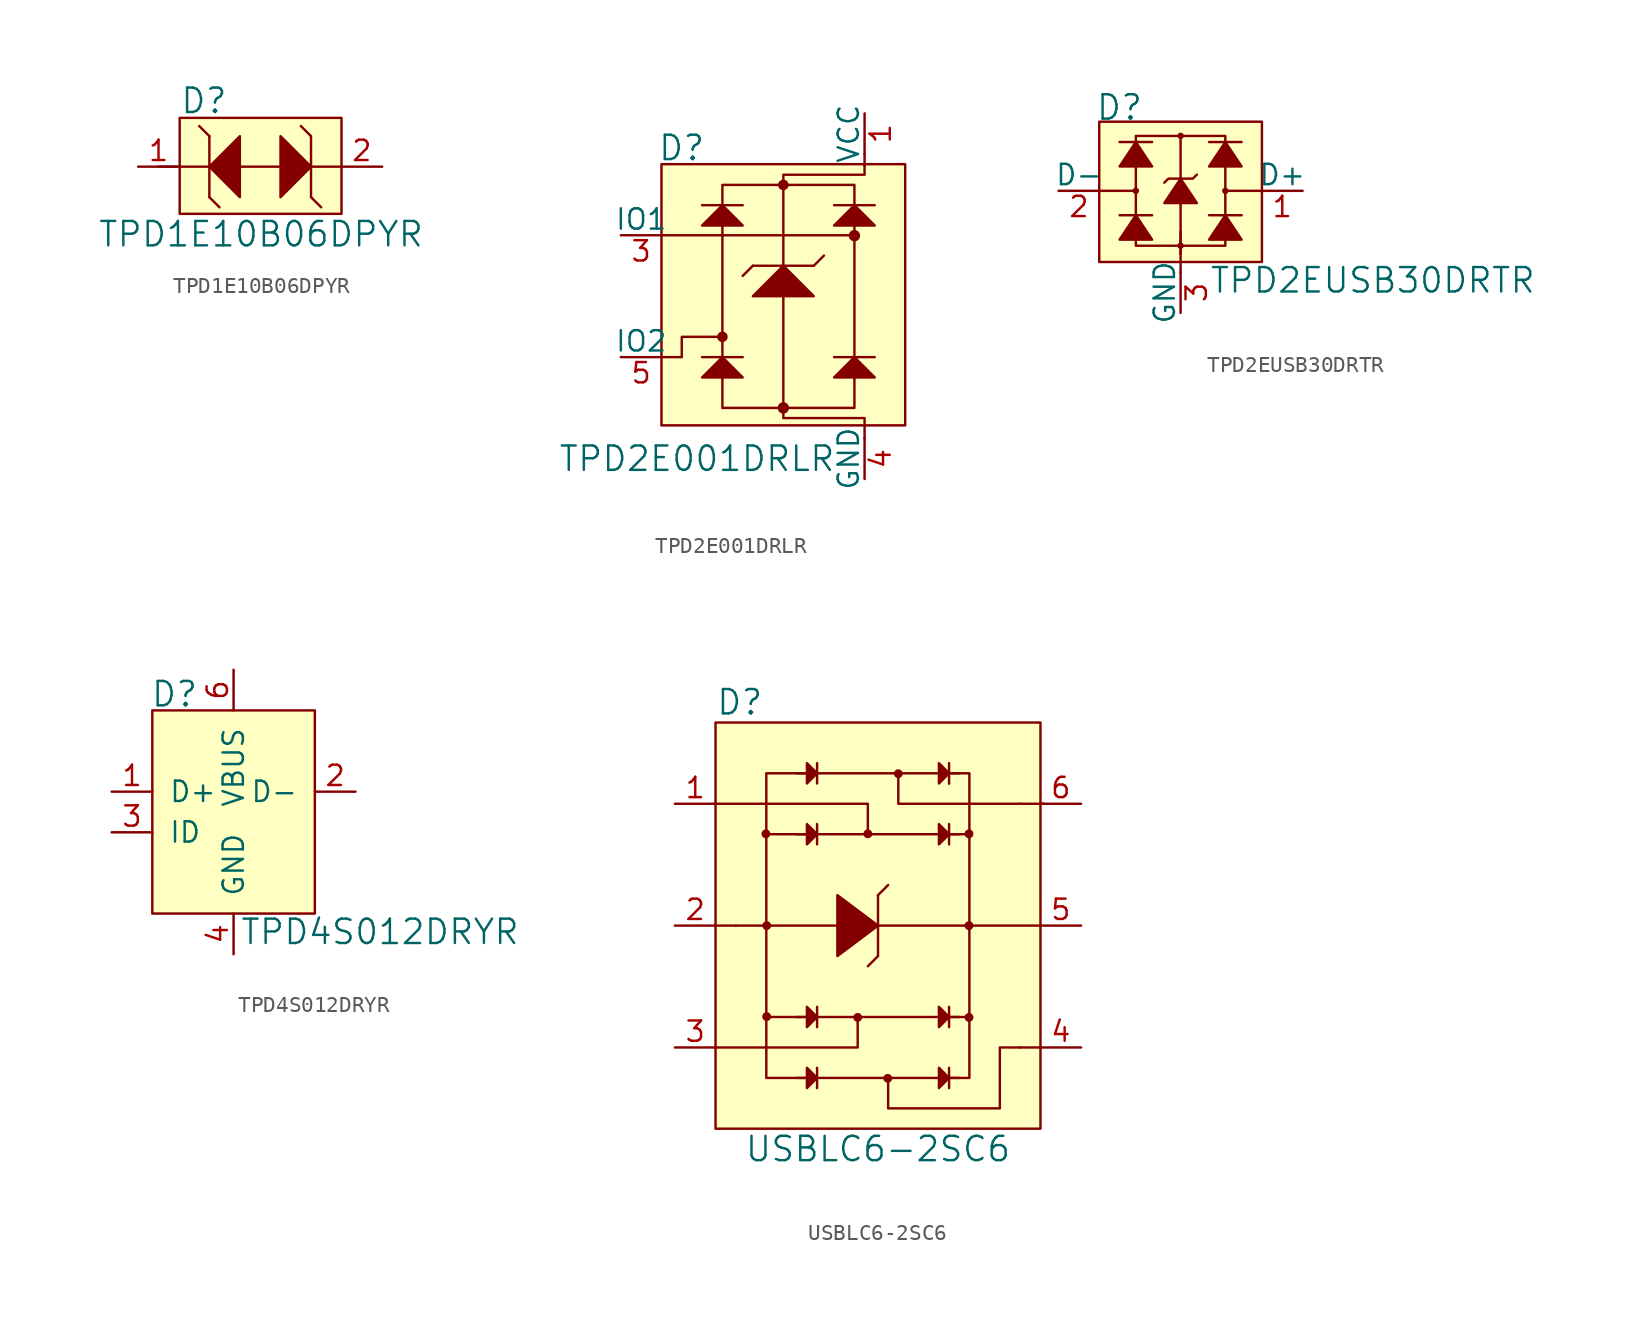
<source format=kicad_sym>
(kicad_symbol_lib
  (version 20220914)
  (generator kicad_symbol_editor)
  (symbol "TPD1E10B06DPYR"
    (pin_names
      (offset 1.016))
    (property "Reference" "D"
      (at -5.029 4.115 0)
      (effects (font (size 1.524 1.524)) (justify left)))
    (property "Value" "TPD1E10B06DPYR"
      (at 0.051 -4.216 0)
      (effects (font (size 1.524 1.524))))
    (symbol "TPD1E10B06DPYR_0_1"
      (rectangle (start -5.029 3.048) (end 5.08 -2.946) (stroke (width 0) (type solid)) (fill (type background)))
      (polyline (pts (xy -3.175 -1.905) (xy -2.54 -2.54)) (stroke (width 0) (type solid)) (fill (type none)))
      (polyline (pts (xy -3.175 0) (xy -6.35 0)) (stroke (width 0) (type solid)) (fill (type none)))
      (polyline (pts (xy -3.175 1.905) (xy -3.81 2.54)) (stroke (width 0) (type solid)) (fill (type none)))
      (polyline (pts (xy -3.175 1.905) (xy -3.175 -1.905)) (stroke (width 0) (type solid)) (fill (type none)))
      (polyline (pts (xy 2.54 0) (xy -2.54 0)) (stroke (width 0) (type solid)) (fill (type none)))
      (polyline (pts (xy 2.54 0) (xy 5.08 0)) (stroke (width 0) (type solid)) (fill (type none)))
      (polyline (pts (xy 3.175 -1.905) (xy 3.81 -2.54)) (stroke (width 0) (type solid)) (fill (type none)))
      (polyline (pts (xy 3.175 1.905) (xy 2.54 2.54)) (stroke (width 0) (type solid)) (fill (type none)))
      (polyline (pts (xy 3.175 1.905) (xy 3.175 -1.905)) (stroke (width 0) (type solid)) (fill (type none)))
      (polyline (pts (xy -1.27 -1.905) (xy -1.27 1.905) (xy -3.175 0) (xy -1.27 -1.905)) (stroke (width 0) (type solid)) (fill (type outline)))
      (polyline (pts (xy 1.27 1.905) (xy 1.27 -1.905) (xy 3.175 0) (xy 1.27 1.905)) (stroke (width 0) (type solid)) (fill (type outline))))
    (symbol "TPD1E10B06DPYR_1_1"
      (pin passive line (at -7.62 0 0) (length 2.54) (name "~" (effects (font (size 1.27 1.27)))) (number "1" (effects (font (size 1.27 1.27)))))
      (pin passive line (at 7.62 0 180) (length 2.54) (name "~" (effects (font (size 1.27 1.27)))) (number "2" (effects (font (size 1.27 1.27)))))))
  (symbol "TPD2E001DRLR"
    (pin_names
      (offset 0))
    (property "Reference" "D"
      (at -7.874 8.001 0)
      (effects (font (size 1.524 1.524)) (justify left)))
    (property "Value" "TPD2E001DRLR"
      (at 3.302 -11.43 0)
      (effects (font (size 1.524 1.524)) (justify right)))
    (symbol "TPD2E001DRLR_0_1"
      (rectangle (start -7.62 6.985) (end 7.62 -9.347) (stroke (width 0) (type solid)) (fill (type background)))
      (circle (center -3.81 -3.81) (radius 0.254) (stroke (width 0) (type solid)) (fill (type outline)))
      (circle (center 0 -8.255) (radius 0.279) (stroke (width 0) (type solid)) (fill (type outline)))
      (polyline (pts (xy -5.08 -5.08) (xy -2.54 -5.08)) (stroke (width 0) (type solid)) (fill (type none)))
      (polyline (pts (xy -5.08 4.42) (xy -2.54 4.42)) (stroke (width 0) (type solid)) (fill (type none)))
      (polyline (pts (xy -3.81 -5.74) (xy -3.81 3.15)) (stroke (width 0) (type solid)) (fill (type none)))
      (polyline (pts (xy -1.905 0.635) (xy -2.54 0)) (stroke (width 0) (type solid)) (fill (type none)))
      (polyline (pts (xy -1.905 0.635) (xy 1.905 0.635)) (stroke (width 0) (type solid)) (fill (type none)))
      (polyline (pts (xy 0 -8.255) (xy 0 -1.27)) (stroke (width 0) (type solid)) (fill (type none)))
      (polyline (pts (xy 0 -0.025) (xy 0 5.69)) (stroke (width 0) (type solid)) (fill (type none)))
      (polyline (pts (xy 1.905 0.635) (xy 2.54 1.27)) (stroke (width 0) (type solid)) (fill (type none)))
      (polyline (pts (xy 3.175 -5.08) (xy 5.715 -5.08)) (stroke (width 0) (type solid)) (fill (type none)))
      (polyline (pts (xy 3.175 4.42) (xy 5.715 4.42)) (stroke (width 0) (type solid)) (fill (type none)))
      (polyline (pts (xy 4.445 -5.74) (xy 4.445 3.15)) (stroke (width 0) (type solid)) (fill (type none)))
      (polyline (pts (xy 4.445 2.54) (xy -7.62 2.54)) (stroke (width 0) (type solid)) (fill (type none)))
      (polyline (pts (xy 5.08 7.62) (xy 5.08 6.858)) (stroke (width 0) (type solid)) (fill (type none)))
      (polyline (pts (xy -5.08 -6.35) (xy -2.54 -6.35) (xy -3.81 -5.08) (xy -5.08 -6.35)) (stroke (width 0) (type solid)) (fill (type outline)))
      (polyline (pts (xy -5.08 3.15) (xy -2.54 3.15) (xy -3.81 4.42) (xy -5.08 3.15)) (stroke (width 0) (type solid)) (fill (type outline)))
      (polyline (pts (xy -3.81 -3.81) (xy -6.35 -3.81) (xy -6.35 -5.08) (xy -7.62 -5.08)) (stroke (width 0) (type solid)) (fill (type none)))
      (polyline (pts (xy -1.905 -1.27) (xy 1.905 -1.27) (xy 0 0.635) (xy -1.905 -1.27)) (stroke (width 0) (type solid)) (fill (type outline)))
      (polyline (pts (xy 0 -8.255) (xy 0 -8.89) (xy 5.08 -8.89) (xy 5.08 -10.16)) (stroke (width 0) (type solid)) (fill (type none)))
      (polyline (pts (xy 0 5.69) (xy 0 6.325) (xy 5.08 6.325) (xy 5.08 6.96)) (stroke (width 0) (type solid)) (fill (type none)))
      (polyline (pts (xy 3.175 -6.35) (xy 5.715 -6.35) (xy 4.445 -5.08) (xy 3.175 -6.35)) (stroke (width 0) (type solid)) (fill (type outline)))
      (polyline (pts (xy 3.175 3.15) (xy 5.715 3.15) (xy 4.445 4.42) (xy 3.175 3.15)) (stroke (width 0) (type solid)) (fill (type outline)))
      (polyline (pts (xy 4.445 -6.35) (xy 4.445 -8.255) (xy -3.81 -8.255) (xy -3.81 -6.35)) (stroke (width 0) (type solid)) (fill (type none)))
      (polyline (pts (xy 4.445 4.42) (xy 4.445 5.69) (xy -3.81 5.69) (xy -3.81 4.42)) (stroke (width 0) (type solid)) (fill (type none)))
      (circle (center 0 5.69) (radius 0.254) (stroke (width 0) (type solid)) (fill (type outline)))
      (circle (center 4.445 2.515) (radius 0.279) (stroke (width 0) (type solid)) (fill (type outline))))
    (symbol "TPD2E001DRLR_1_1"
      (pin power_in line (at 5.08 10.16 270) (length 2.54) (name "VCC" (effects (font (size 1.27 1.27)))) (number "1" (effects (font (size 1.27 1.27)))))
      (pin bidirectional line (at -2.54 -10.16 90) (length 2.54) hide (name "N.C." (effects (font (size 1.27 1.27)))) (number "2" (effects (font (size 1.27 1.27)))))
      (pin passive line (at -10.16 2.54 0) (length 2.54) (name "IO1" (effects (font (size 1.27 1.27)))) (number "3" (effects (font (size 1.27 1.27)))))
      (pin power_in line (at 5.08 -12.7 90) (length 2.54) (name "GND" (effects (font (size 1.27 1.27)))) (number "4" (effects (font (size 1.27 1.27)))))
      (pin passive line (at -10.16 -5.08 0) (length 2.54) (name "IO2" (effects (font (size 1.27 1.27)))) (number "5" (effects (font (size 1.27 1.27)))))))
  (symbol "TPD2EUSB30DRTR"
    (pin_names
      (offset 0))
    (property "Reference" "D"
      (at -5.334 5.207 0)
      (effects (font (size 1.524 1.524)) (justify left)))
    (property "Value" "TPD2EUSB30DRTR"
      (at 1.778 -5.588 0)
      (effects (font (size 1.524 1.524)) (justify left)))
    (symbol "TPD2EUSB30DRTR_1_1"
      (rectangle (start -5.08 4.318) (end 5.08 -4.445) (stroke (width 0) (type solid)) (fill (type background)))
      (circle (center -2.794 0) (radius 0.127) (stroke (width 0) (type solid)) (fill (type none)))
      (circle (center 0 -3.429) (radius 0.127) (stroke (width 0) (type solid)) (fill (type none)))
      (polyline (pts (xy -5.08 0) (xy -2.794 0)) (stroke (width 0) (type solid)) (fill (type none)))
      (polyline (pts (xy -2.794 -1.524) (xy -3.81 -1.524)) (stroke (width 0) (type solid)) (fill (type none)))
      (polyline (pts (xy -2.794 -1.524) (xy -1.778 -1.524)) (stroke (width 0) (type solid)) (fill (type none)))
      (polyline (pts (xy -2.794 3.048) (xy -3.81 3.048)) (stroke (width 0) (type solid)) (fill (type none)))
      (polyline (pts (xy -2.794 3.048) (xy -1.778 3.048)) (stroke (width 0) (type solid)) (fill (type none)))
      (polyline (pts (xy 0 -5.08) (xy 0 -2.54)) (stroke (width 0) (type solid)) (fill (type none)))
      (polyline (pts (xy 0 -0.762) (xy 0 -3.937)) (stroke (width 0) (type solid)) (fill (type none)))
      (polyline (pts (xy 0 0.762) (xy 0 3.429)) (stroke (width 0) (type solid)) (fill (type none)))
      (polyline (pts (xy 2.794 -1.524) (xy 1.778 -1.524)) (stroke (width 0) (type solid)) (fill (type none)))
      (polyline (pts (xy 2.794 -1.524) (xy 3.81 -1.524)) (stroke (width 0) (type solid)) (fill (type none)))
      (polyline (pts (xy 2.794 3.048) (xy 1.778 3.048)) (stroke (width 0) (type solid)) (fill (type none)))
      (polyline (pts (xy 2.794 3.048) (xy 3.81 3.048)) (stroke (width 0) (type solid)) (fill (type none)))
      (polyline (pts (xy 5.08 0) (xy 2.794 0)) (stroke (width 0) (type solid)) (fill (type none)))
      (polyline (pts (xy 0 0.762) (xy -0.762 0.762) (xy -1.016 0.508)) (stroke (width 0) (type solid)) (fill (type none)))
      (polyline (pts (xy 0 0.762) (xy 0.762 0.762) (xy 1.016 1.016)) (stroke (width 0) (type solid)) (fill (type none)))
      (polyline (pts (xy -2.794 -1.524) (xy -3.81 -3.048) (xy -1.778 -3.048) (xy -2.794 -1.524)) (stroke (width 0) (type solid)) (fill (type outline)))
      (polyline (pts (xy -2.794 3.048) (xy -3.81 1.524) (xy -1.778 1.524) (xy -2.794 3.048)) (stroke (width 0) (type solid)) (fill (type outline)))
      (polyline (pts (xy -2.794 3.048) (xy -2.794 3.429) (xy 2.794 3.429) (xy 2.794 3.048)) (stroke (width 0) (type solid)) (fill (type none)))
      (polyline (pts (xy 0 0.762) (xy -1.016 -0.762) (xy 1.016 -0.762) (xy 0 0.762)) (stroke (width 0) (type solid)) (fill (type outline)))
      (polyline (pts (xy 2.794 -1.524) (xy 1.778 -3.048) (xy 3.81 -3.048) (xy 2.794 -1.524)) (stroke (width 0) (type solid)) (fill (type outline)))
      (polyline (pts (xy 2.794 3.048) (xy 1.778 1.524) (xy 3.81 1.524) (xy 2.794 3.048)) (stroke (width 0) (type solid)) (fill (type outline)))
      (polyline (pts (xy 2.794 3.048) (xy 2.794 -3.429) (xy -2.794 -3.429) (xy -2.794 3.048)) (stroke (width 0) (type solid)) (fill (type none)))
      (circle (center 0 3.429) (radius 0.127) (stroke (width 0) (type solid)) (fill (type none)))
      (circle (center 2.794 0) (radius 0.127) (stroke (width 0) (type solid)) (fill (type none)))
      (pin passive line (at 7.62 0 180) (length 2.54) (name "D+" (effects (font (size 1.27 1.27)))) (number "1" (effects (font (size 1.27 1.27)))))
      (pin passive line (at -7.62 0 0) (length 2.54) (name "D-" (effects (font (size 1.27 1.27)))) (number "2" (effects (font (size 1.27 1.27)))))
      (pin power_in line (at 0 -7.62 90) (length 2.54) (name "GND" (effects (font (size 1.27 1.27)))) (number "3" (effects (font (size 1.27 1.27)))))))
  (symbol "TPD4S012DRYR"
    (pin_names
      (offset 1.016))
    (property "Reference" "D"
      (at -5.207 1.016 0)
      (effects (font (size 1.524 1.524)) (justify left)))
    (property "Value" "TPD4S012DRYR"
      (at 0.381 -13.843 0)
      (effects (font (size 1.524 1.524)) (justify left)))
    (symbol "TPD4S012DRYR_0_1"
      (rectangle (start -5.08 0) (end 5.08 -12.7) (stroke (width 0) (type solid)) (fill (type background))))
    (symbol "TPD4S012DRYR_1_1"
      (pin input line (at -7.62 -5.08 0) (length 2.54) (name "D+" (effects (font (size 1.27 1.27)))) (number "1" (effects (font (size 1.27 1.27)))))
      (pin output line (at 7.62 -5.08 180) (length 2.54) (name "D-" (effects (font (size 1.27 1.27)))) (number "2" (effects (font (size 1.27 1.27)))))
      (pin input line (at -7.62 -7.62 0) (length 2.54) (name "ID" (effects (font (size 1.27 1.27)))) (number "3" (effects (font (size 1.27 1.27)))))
      (pin power_in line (at 0 -15.24 90) (length 2.54) (name "GND" (effects (font (size 1.27 1.27)))) (number "4" (effects (font (size 1.27 1.27)))))
      (pin no_connect line (at 5.08 -7.62 180) (length 2.54) hide (name "NC" (effects (font (size 1.27 1.27)))) (number "5" (effects (font (size 1.27 1.27)))))
      (pin power_in line (at 0 2.54 270) (length 2.54) (name "VBUS" (effects (font (size 1.27 1.27)))) (number "6" (effects (font (size 1.27 1.27)))))))
  (symbol "USBLC6-2SC6"
    (pin_names
      (offset 1.016))
    (property "Reference" "D"
      (at -10.16 13.97 0)
      (effects (font (size 1.524 1.524)) (justify left)))
    (property "Value" "USBLC6-2SC6"
      (at 0 -13.97 0)
      (effects (font (size 1.524 1.524))))
    (symbol "USBLC6-2SC6_0_1"
      (rectangle (start -10.16 12.7) (end 10.16 -12.7) (stroke (width 0) (type solid)) (fill (type background)))
      (circle (center -7.01 5.74) (radius 0.203) (stroke (width 0) (type solid)) (fill (type outline)))
      (circle (center -6.96 -5.69) (radius 0.203) (stroke (width 0) (type solid)) (fill (type outline)))
      (circle (center -6.96 0) (radius 0.203) (stroke (width 0) (type solid)) (fill (type outline)))
      (circle (center -1.27 -5.74) (radius 0.203) (stroke (width 0) (type solid)) (fill (type outline)))
      (circle (center -0.635 5.74) (radius 0.203) (stroke (width 0) (type solid)) (fill (type outline)))
      (polyline (pts (xy -8.89 0) (xy -10.16 0)) (stroke (width 0) (type solid)) (fill (type none)))
      (polyline (pts (xy -5.08 -9.525) (xy 5.08 -9.525)) (stroke (width 0) (type solid)) (fill (type none)))
      (polyline (pts (xy -5.08 -5.715) (xy 5.08 -5.715)) (stroke (width 0) (type solid)) (fill (type none)))
      (polyline (pts (xy -5.08 5.715) (xy 5.08 5.715)) (stroke (width 0) (type solid)) (fill (type none)))
      (polyline (pts (xy -5.08 9.525) (xy 5.08 9.525)) (stroke (width 0) (type solid)) (fill (type none)))
      (polyline (pts (xy -4.445 -5.715) (xy -6.985 -5.715)) (stroke (width 0) (type solid)) (fill (type none)))
      (polyline (pts (xy -4.445 5.715) (xy -6.985 5.715)) (stroke (width 0) (type solid)) (fill (type none)))
      (polyline (pts (xy -3.81 -8.89) (xy -3.81 -10.16)) (stroke (width 0) (type solid)) (fill (type none)))
      (polyline (pts (xy -3.81 -5.08) (xy -3.81 -6.35)) (stroke (width 0) (type solid)) (fill (type none)))
      (polyline (pts (xy -3.81 6.35) (xy -3.81 5.08)) (stroke (width 0) (type solid)) (fill (type none)))
      (polyline (pts (xy -3.81 10.16) (xy -3.81 8.89)) (stroke (width 0) (type solid)) (fill (type none)))
      (polyline (pts (xy 0 -1.905) (xy -0.635 -2.54)) (stroke (width 0) (type solid)) (fill (type none)))
      (polyline (pts (xy 0 1.905) (xy 0 -1.905)) (stroke (width 0) (type solid)) (fill (type none)))
      (polyline (pts (xy 0 1.905) (xy 0.635 2.54)) (stroke (width 0) (type solid)) (fill (type none)))
      (polyline (pts (xy 4.445 -8.89) (xy 4.445 -10.16)) (stroke (width 0) (type solid)) (fill (type none)))
      (polyline (pts (xy 4.445 -5.715) (xy 5.715 -5.715)) (stroke (width 0) (type solid)) (fill (type none)))
      (polyline (pts (xy 4.445 -5.08) (xy 4.445 -6.35)) (stroke (width 0) (type solid)) (fill (type none)))
      (polyline (pts (xy 4.445 5.715) (xy 5.715 5.715)) (stroke (width 0) (type solid)) (fill (type none)))
      (polyline (pts (xy 4.445 6.35) (xy 4.445 5.08)) (stroke (width 0) (type solid)) (fill (type none)))
      (polyline (pts (xy 4.445 8.89) (xy 4.445 8.89)) (stroke (width 0) (type solid)) (fill (type none)))
      (polyline (pts (xy 4.445 10.16) (xy 4.445 8.89)) (stroke (width 0) (type solid)) (fill (type none)))
      (polyline (pts (xy 5.588 0) (xy 10.16 0)) (stroke (width 0) (type solid)) (fill (type none)))
      (polyline (pts (xy 5.715 0) (xy 0 0)) (stroke (width 0) (type solid)) (fill (type none)))
      (polyline (pts (xy 5.715 5.715) (xy 5.715 5.715)) (stroke (width 0) (type solid)) (fill (type none)))
      (polyline (pts (xy 8.89 -7.62) (xy 10.16 -7.62)) (stroke (width 0) (type solid)) (fill (type none)))
      (polyline (pts (xy 8.89 7.62) (xy 10.414 7.62)) (stroke (width 0) (type solid)) (fill (type none)))
      (polyline (pts (xy -10.16 -7.62) (xy -1.27 -7.62) (xy -1.27 -5.715)) (stroke (width 0) (type solid)) (fill (type none)))
      (polyline (pts (xy -10.16 7.62) (xy -0.635 7.62) (xy -0.635 5.715)) (stroke (width 0) (type solid)) (fill (type none)))
      (polyline (pts (xy -8.89 0) (xy -6.985 0) (xy 0 0)) (stroke (width 0) (type solid)) (fill (type none)))
      (polyline (pts (xy 8.89 7.62) (xy 1.27 7.62) (xy 1.27 9.525)) (stroke (width 0) (type solid)) (fill (type none)))
      (polyline (pts (xy -4.445 -9.525) (xy -6.985 -9.525) (xy -6.985 9.525) (xy -4.445 9.525)) (stroke (width 0) (type solid)) (fill (type none)))
      (polyline (pts (xy -4.445 -8.89) (xy -4.445 -10.16) (xy -3.81 -9.525) (xy -4.445 -8.89)) (stroke (width 0) (type solid)) (fill (type outline)))
      (polyline (pts (xy -4.445 -5.08) (xy -4.445 -6.35) (xy -3.81 -5.715) (xy -4.445 -5.08)) (stroke (width 0) (type solid)) (fill (type outline)))
      (polyline (pts (xy -4.445 6.35) (xy -4.445 5.08) (xy -3.81 5.715) (xy -4.445 6.35)) (stroke (width 0) (type solid)) (fill (type outline)))
      (polyline (pts (xy -4.445 10.16) (xy -4.445 8.89) (xy -3.81 9.525) (xy -4.445 10.16)) (stroke (width 0) (type solid)) (fill (type outline)))
      (polyline (pts (xy -2.54 1.905) (xy -2.54 -1.905) (xy 0 0) (xy -2.54 1.905)) (stroke (width 0) (type solid)) (fill (type outline)))
      (polyline (pts (xy 3.81 -8.89) (xy 3.81 -10.16) (xy 4.445 -9.525) (xy 3.81 -8.89)) (stroke (width 0) (type solid)) (fill (type outline)))
      (polyline (pts (xy 3.81 -5.08) (xy 3.81 -6.35) (xy 4.445 -5.715) (xy 3.81 -5.08)) (stroke (width 0) (type solid)) (fill (type outline)))
      (polyline (pts (xy 3.81 6.35) (xy 3.81 5.08) (xy 4.445 5.715) (xy 3.81 6.35)) (stroke (width 0) (type solid)) (fill (type outline)))
      (polyline (pts (xy 3.81 10.16) (xy 3.81 8.89) (xy 4.445 9.525) (xy 3.81 10.16)) (stroke (width 0) (type solid)) (fill (type outline)))
      (polyline (pts (xy 4.445 9.525) (xy 5.715 9.525) (xy 5.715 -9.525) (xy 4.445 -9.525)) (stroke (width 0) (type solid)) (fill (type none)))
      (polyline (pts (xy 8.89 -7.62) (xy 7.62 -7.62) (xy 7.62 -11.43) (xy 0.635 -11.43) (xy 0.635 -9.525)) (stroke (width 0) (type solid)) (fill (type none)))
      (circle (center 0.61 -9.55) (radius 0.203) (stroke (width 0) (type solid)) (fill (type outline)))
      (circle (center 1.27 9.5) (radius 0.203) (stroke (width 0) (type solid)) (fill (type outline)))
      (circle (center 5.69 -5.74) (radius 0.203) (stroke (width 0) (type solid)) (fill (type outline)))
      (circle (center 5.69 0) (radius 0.203) (stroke (width 0) (type solid)) (fill (type outline)))
      (circle (center 5.69 5.74) (radius 0.203) (stroke (width 0) (type solid)) (fill (type outline))))
    (symbol "USBLC6-2SC6_1_1"
      (pin input line (at -12.7 7.62 0) (length 2.54) (name "~" (effects (font (size 1.27 1.27)))) (number "1" (effects (font (size 1.27 1.27)))))
      (pin power_in line (at -12.7 0 0) (length 2.54) (name "~" (effects (font (size 1.27 1.27)))) (number "2" (effects (font (size 1.27 1.27)))))
      (pin input line (at -12.7 -7.62 0) (length 2.54) (name "~" (effects (font (size 1.27 1.27)))) (number "3" (effects (font (size 1.27 1.27)))))
      (pin input line (at 12.7 -7.62 180) (length 2.54) (name "~" (effects (font (size 1.27 1.27)))) (number "4" (effects (font (size 1.27 1.27)))))
      (pin output line (at 12.7 0 180) (length 2.54) (name "~" (effects (font (size 1.27 1.27)))) (number "5" (effects (font (size 1.27 1.27)))))
      (pin input line (at 12.7 7.62 180) (length 2.54) (name "~" (effects (font (size 1.27 1.27)))) (number "6" (effects (font (size 1.27 1.27))))))))
</source>
